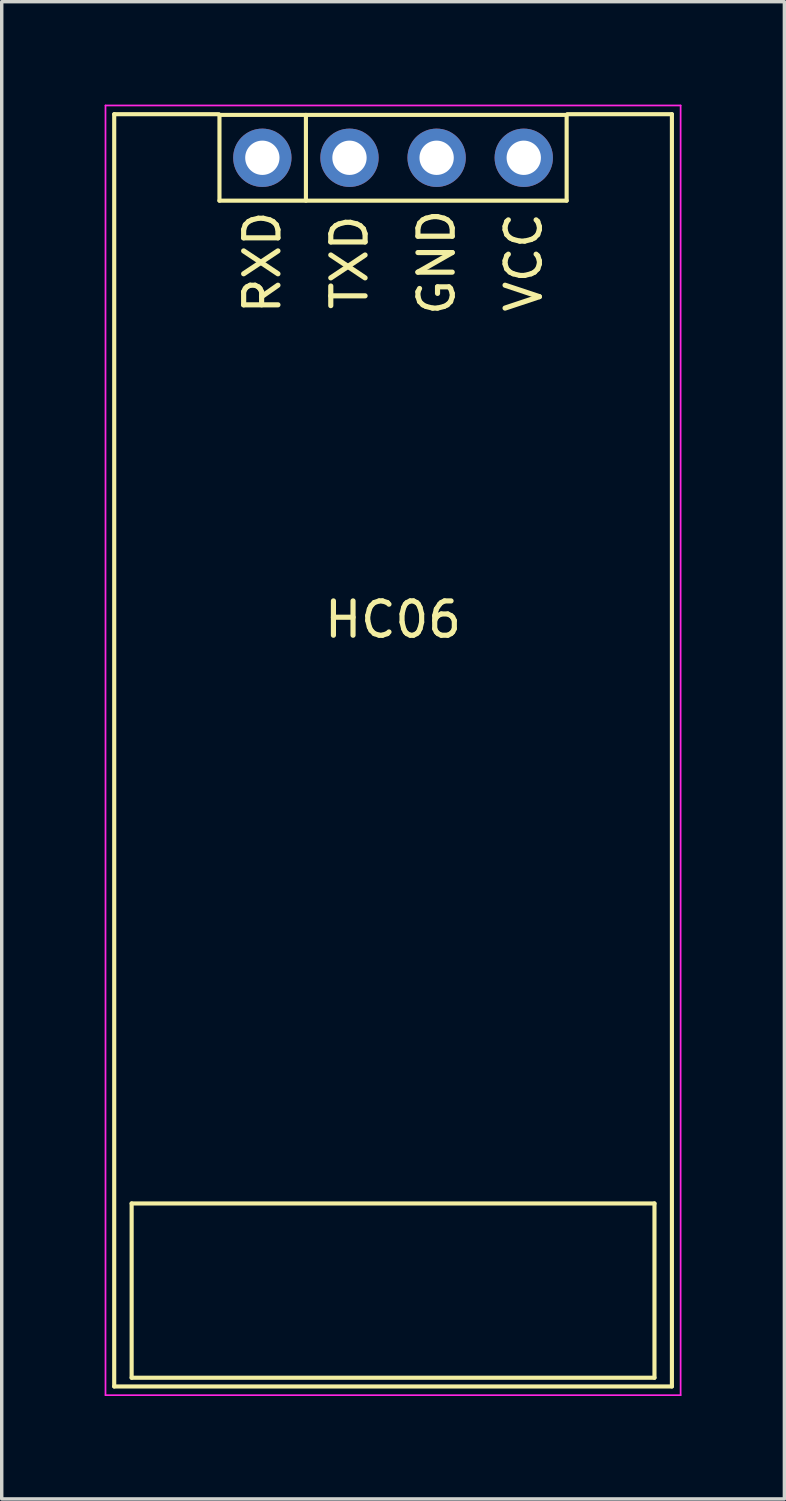
<source format=kicad_pcb>
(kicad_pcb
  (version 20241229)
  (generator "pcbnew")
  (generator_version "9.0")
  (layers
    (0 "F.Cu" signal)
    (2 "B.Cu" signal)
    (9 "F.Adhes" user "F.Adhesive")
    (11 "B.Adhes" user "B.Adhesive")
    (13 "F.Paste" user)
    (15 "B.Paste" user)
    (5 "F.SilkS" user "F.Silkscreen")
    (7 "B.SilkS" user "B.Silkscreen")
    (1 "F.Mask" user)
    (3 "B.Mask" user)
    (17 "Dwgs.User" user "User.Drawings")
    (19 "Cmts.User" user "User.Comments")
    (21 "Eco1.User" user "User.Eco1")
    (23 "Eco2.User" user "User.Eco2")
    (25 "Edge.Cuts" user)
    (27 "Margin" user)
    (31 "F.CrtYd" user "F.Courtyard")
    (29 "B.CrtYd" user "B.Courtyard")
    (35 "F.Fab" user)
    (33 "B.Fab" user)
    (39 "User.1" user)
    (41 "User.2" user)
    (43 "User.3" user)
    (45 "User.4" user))
  (footprint "HC06"
    (layer "F.Cu")
    (at 8.407 1.549)
    (property "Reference" "HC06" (at 0 13.462 0) (layer "F.SilkS") (effects (font (size 1 1) (thickness 0.15))))
    (attr through_hole)
    (fp_line (start -8.128 -1.27) (end -8.128 35.814) (stroke (width 0.12) (type solid)) (layer "F.SilkS"))
    (fp_line (start -8.128 -1.27) (end -5.08 -1.27) (stroke (width 0.12) (type solid)) (layer "F.SilkS"))
    (fp_line (start -8.128 35.814) (end 8.128 35.814) (stroke (width 0.12) (type solid)) (layer "F.SilkS"))
    (fp_line (start -7.62 30.48) (end 7.62 30.48) (stroke (width 0.12) (type solid)) (layer "F.SilkS"))
    (fp_line (start -7.62 35.56) (end -7.62 30.48) (stroke (width 0.12) (type solid)) (layer "F.SilkS"))
    (fp_line (start -5.06 -1.25) (end 5.06 -1.25) (stroke (width 0.12) (type solid)) (layer "F.SilkS"))
    (fp_line (start -5.06 1.25) (end -5.06 -1.25) (stroke (width 0.12) (type solid)) (layer "F.SilkS"))
    (fp_line (start -2.54 -1.25) (end -2.54 1.25) (stroke (width 0.12) (type solid)) (layer "F.SilkS"))
    (fp_line (start 5.06 -1.25) (end 5.06 1.25) (stroke (width 0.12) (type solid)) (layer "F.SilkS"))
    (fp_line (start 5.06 1.25) (end -5.06 1.25) (stroke (width 0.12) (type solid)) (layer "F.SilkS"))
    (fp_line (start 7.62 30.48) (end 7.62 35.56) (stroke (width 0.12) (type solid)) (layer "F.SilkS"))
    (fp_line (start 7.62 35.56) (end -7.62 35.56) (stroke (width 0.12) (type solid)) (layer "F.SilkS"))
    (fp_line (start 8.128 -1.27) (end 5.08 -1.27) (stroke (width 0.12) (type solid)) (layer "F.SilkS"))
    (fp_line (start 8.128 35.814) (end 8.128 -1.27) (stroke (width 0.12) (type solid)) (layer "F.SilkS"))
    (fp_line (start -8.382 -1.524) (end 8.382 -1.524) (stroke (width 0.05) (type solid)) (layer "F.CrtYd"))
    (fp_line (start -8.382 36.068) (end -8.382 -1.524) (stroke (width 0.05) (type solid)) (layer "F.CrtYd"))
    (fp_line (start 8.382 -1.524) (end 8.382 36.068) (stroke (width 0.05) (type solid)) (layer "F.CrtYd"))
    (fp_line (start 8.382 36.068) (end -8.382 36.068) (stroke (width 0.05) (type solid)) (layer "F.CrtYd"))
    (fp_text user "RXD" (at -3.81 3.048 90) (layer "F.SilkS") (effects (font (size 1 1) (thickness 0.15))))
    (fp_text user "TXD" (at -1.27 3.048 90) (layer "F.SilkS") (effects (font (size 1 1) (thickness 0.15))))
    (fp_text user "VCC" (at 3.81 3.048 90) (layer "F.SilkS") (effects (font (size 1 1) (thickness 0.15))))
    (fp_text user "GND" (at 1.27 3.048 90) (layer "F.SilkS") (effects (font (size 1 1) (thickness 0.15))))
    (pad "1" thru_hole circle (at -3.81 0) (size 1.7 1.7) (drill 1) (layers "*.Cu" "*.Mask"))
    (pad "2" thru_hole circle (at -1.27 0) (size 1.7 1.7) (drill 1) (layers "*.Cu" "*.Mask"))
    (pad "3" thru_hole circle (at 1.27 0) (size 1.7 1.7) (drill 1) (layers "*.Cu" "*.Mask"))
    (pad "4" thru_hole circle (at 3.81 0) (size 1.7 1.7) (drill 1) (layers "*.Cu" "*.Mask")))
  (gr_rect
    (start -3 -3)
    (end 19.814 40.642)
    (stroke (width 0.1) (type default))
    (fill no)
    (layer "Edge.Cuts")))
</source>
